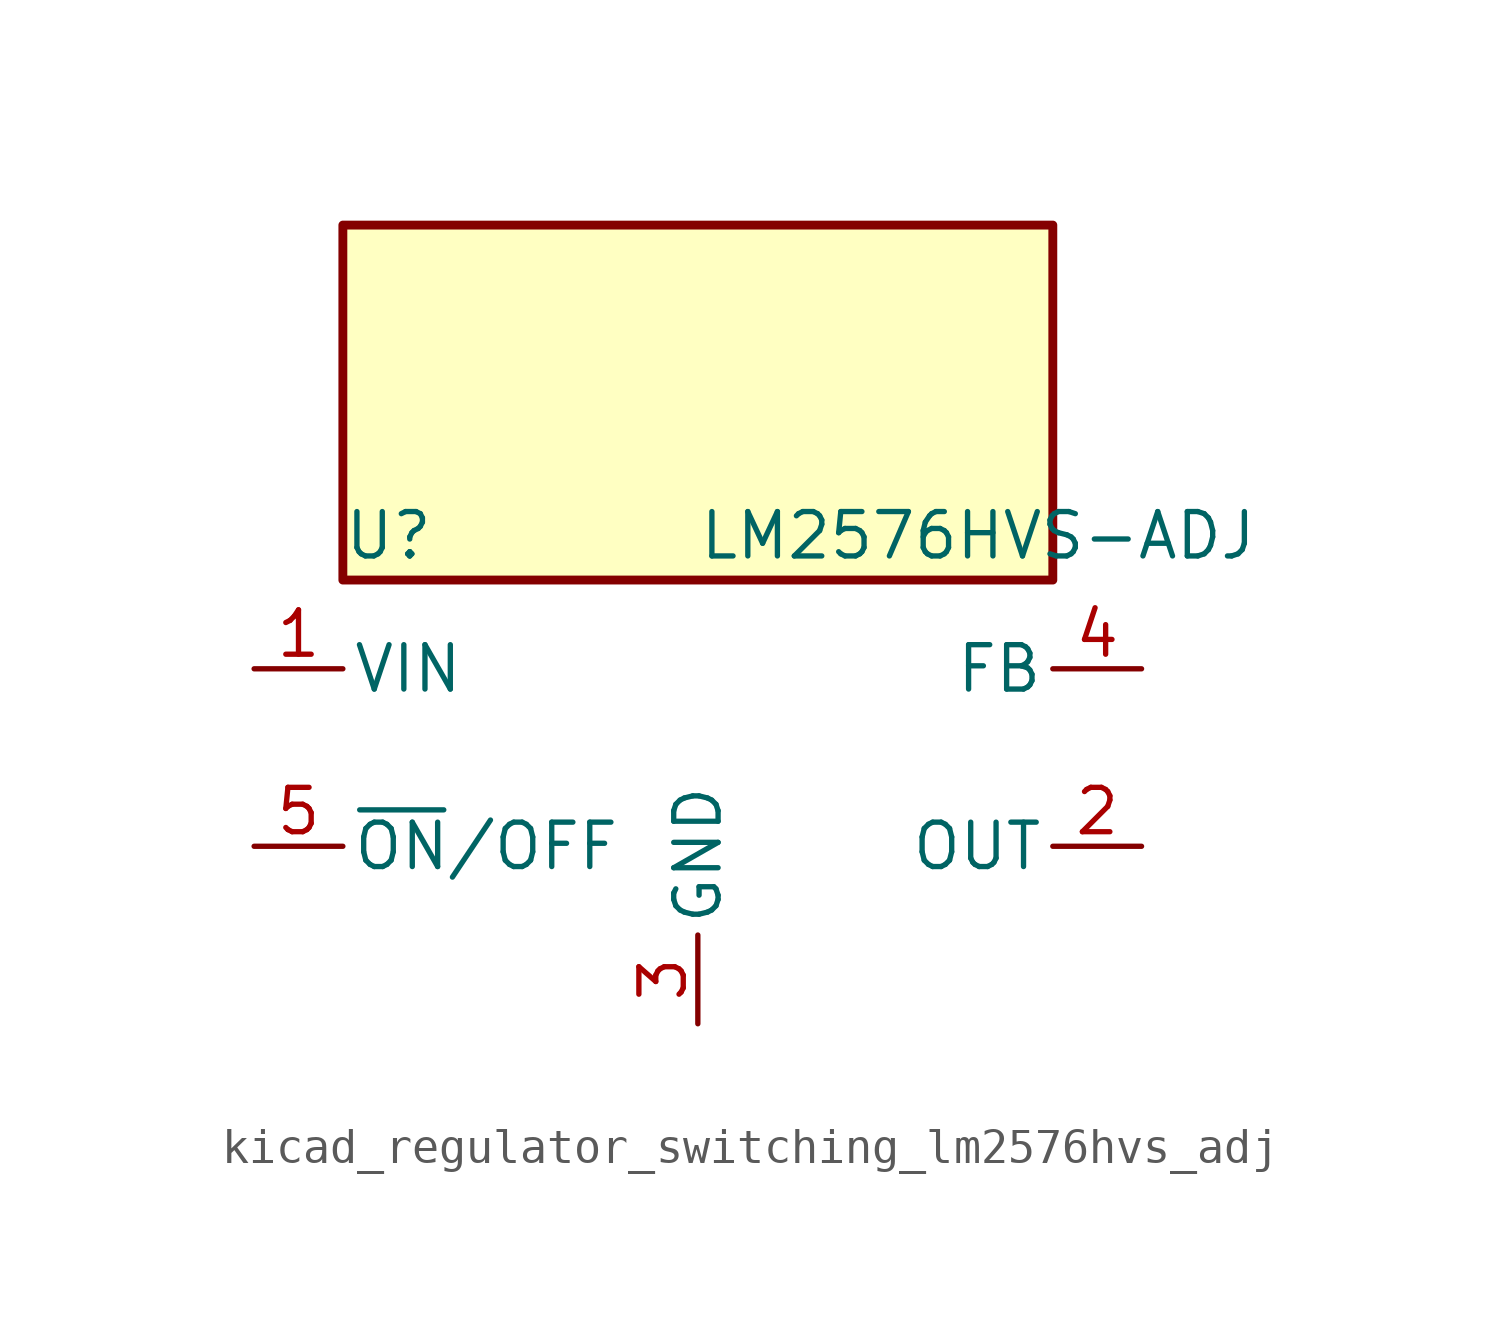
<source format=kicad_sym>
(kicad_symbol_lib
  (version 20220914)
  (generator kicad_symbol_editor)
  (symbol "kicad_regulator_switching_lm2576hvs_adj"
    (pin_names
      (offset 0.254))
    (property "Reference" "U"
      (at -10.16 6.35 0)
      (effects (font (size 1.27 1.27)) (justify left)))
    (property "Value" "LM2576HVS-ADJ"
      (at 0 6.35 0)
      (effects (font (size 1.27 1.27)) (justify left)))
    (symbol "kicad_regulator_switching_lm2576hvs_adj_0_1"
      (rectangle (start 10.16 15.24) (end -10.16 5.08) (stroke (width 0.254) (type default)) (fill (type background))))
    (symbol "kicad_regulator_switching_lm2576hvs_adj_1_1"
      (pin power_in line (at -12.7 2.54 0) (length 2.54) (name "VIN" (effects (font (size 1.27 1.27)))) (number "1" (effects (font (size 1.27 1.27)))))
      (pin output line (at 12.7 -2.54 180) (length 2.54) (name "OUT" (effects (font (size 1.27 1.27)))) (number "2" (effects (font (size 1.27 1.27)))))
      (pin power_in line (at 0 -7.62 90) (length 2.54) (name "GND" (effects (font (size 1.27 1.27)))) (number "3" (effects (font (size 1.27 1.27)))))
      (pin input line (at 12.7 2.54 180) (length 2.54) (name "FB" (effects (font (size 1.27 1.27)))) (number "4" (effects (font (size 1.27 1.27)))))
      (pin input line (at -12.7 -2.54 0) (length 2.54) (name "~{ON}/OFF" (effects (font (size 1.27 1.27)))) (number "5" (effects (font (size 1.27 1.27))))))))
</source>
